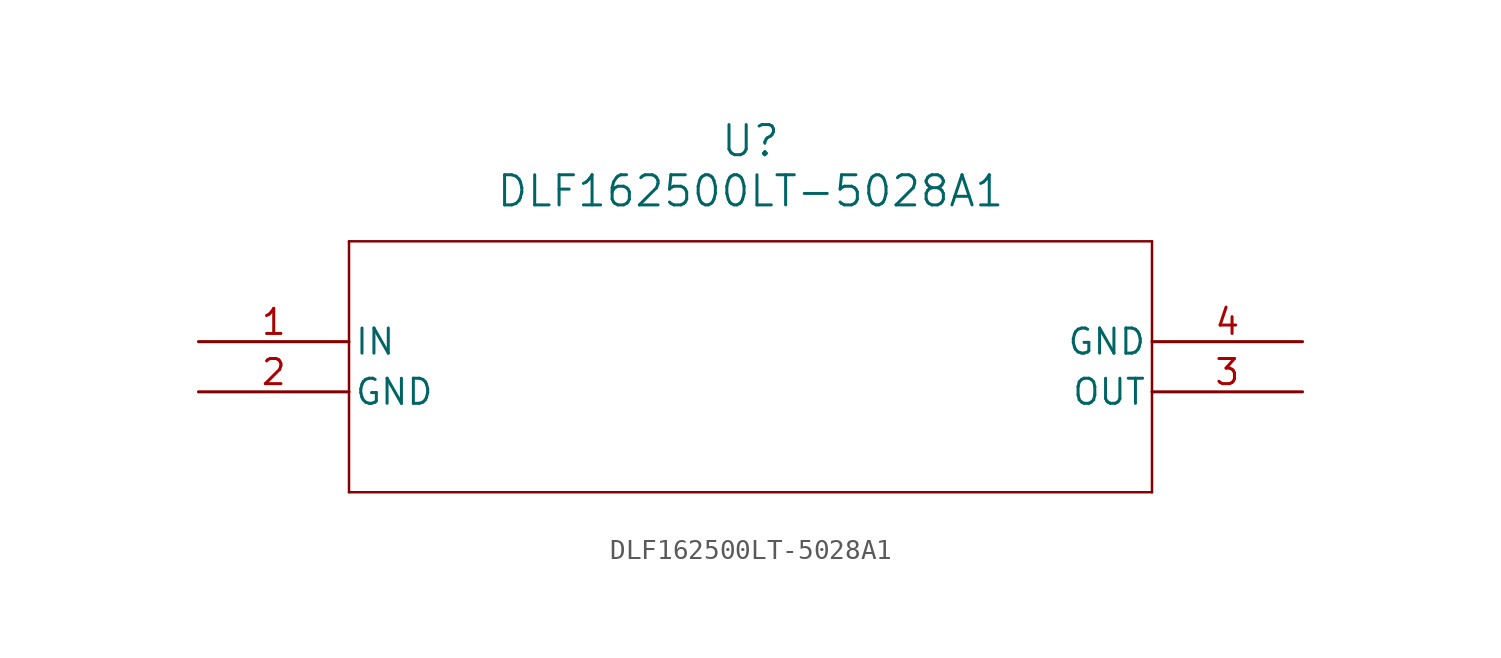
<source format=kicad_sym>
(kicad_symbol_lib
  (version 20211014)
  (generator kicad_symbol_editor)
  (symbol "DLF162500LT-5028A1"
    (pin_names
      (offset 0.254))
    (property "Reference" "U"
      (at 27.94 10.16 0)
      (effects (font (size 1.524 1.524))))
    (property "Value" "DLF162500LT-5028A1"
      (at 27.94 7.62 0)
      (effects (font (size 1.524 1.524))))
    (symbol "DLF162500LT-5028A1_0_1"
      (polyline (pts (xy 7.62 5.08) (xy 7.62 -7.62)) (stroke (width 0.127) (type default) (color 0 0 0 0)) (fill (type none)))
      (polyline (pts (xy 7.62 -7.62) (xy 48.26 -7.62)) (stroke (width 0.127) (type default) (color 0 0 0 0)) (fill (type none)))
      (polyline (pts (xy 48.26 -7.62) (xy 48.26 5.08)) (stroke (width 0.127) (type default) (color 0 0 0 0)) (fill (type none)))
      (polyline (pts (xy 48.26 5.08) (xy 7.62 5.08)) (stroke (width 0.127) (type default) (color 0 0 0 0)) (fill (type none)))
      (pin input line (at 0 0 0) (length 7.62) (name "IN" (effects (font (size 1.27 1.27)))) (number "1" (effects (font (size 1.27 1.27)))))
      (pin power_in line (at 0 -2.54 0) (length 7.62) (name "GND" (effects (font (size 1.27 1.27)))) (number "2" (effects (font (size 1.27 1.27)))))
      (pin output line (at 55.88 -2.54 180) (length 7.62) (name "OUT" (effects (font (size 1.27 1.27)))) (number "3" (effects (font (size 1.27 1.27)))))
      (pin power_in line (at 55.88 0 180) (length 7.62) (name "GND" (effects (font (size 1.27 1.27)))) (number "4" (effects (font (size 1.27 1.27))))))))
</source>
